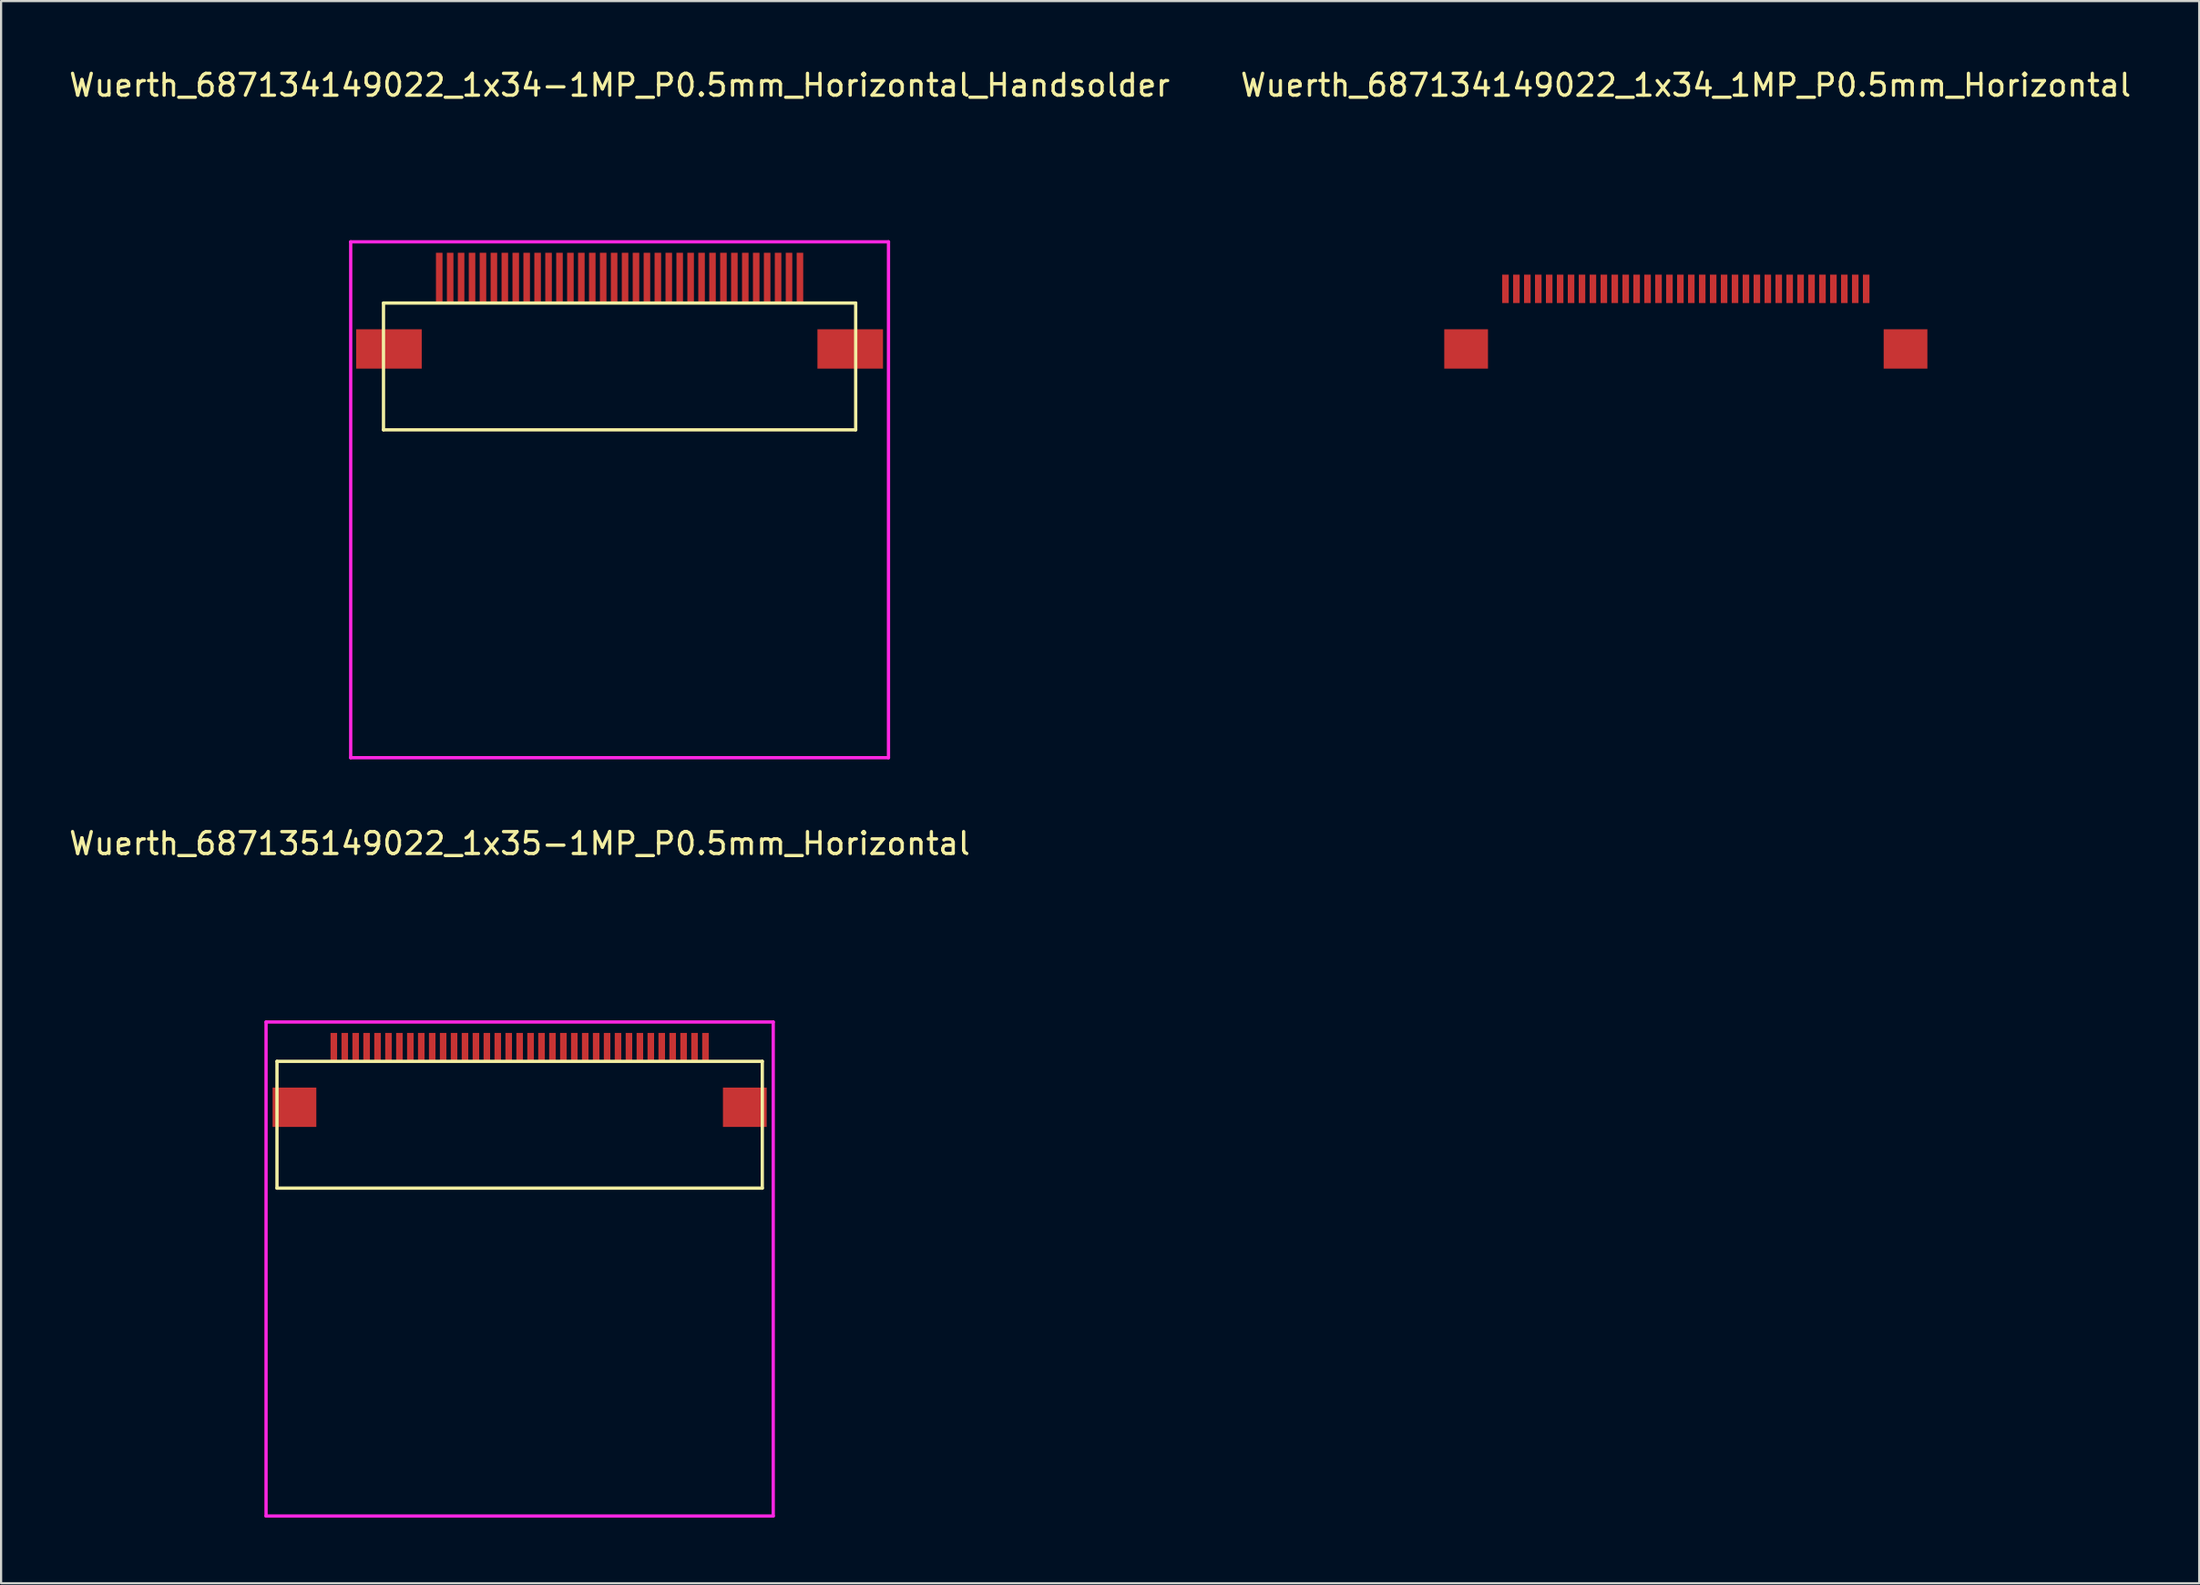
<source format=kicad_pcb>
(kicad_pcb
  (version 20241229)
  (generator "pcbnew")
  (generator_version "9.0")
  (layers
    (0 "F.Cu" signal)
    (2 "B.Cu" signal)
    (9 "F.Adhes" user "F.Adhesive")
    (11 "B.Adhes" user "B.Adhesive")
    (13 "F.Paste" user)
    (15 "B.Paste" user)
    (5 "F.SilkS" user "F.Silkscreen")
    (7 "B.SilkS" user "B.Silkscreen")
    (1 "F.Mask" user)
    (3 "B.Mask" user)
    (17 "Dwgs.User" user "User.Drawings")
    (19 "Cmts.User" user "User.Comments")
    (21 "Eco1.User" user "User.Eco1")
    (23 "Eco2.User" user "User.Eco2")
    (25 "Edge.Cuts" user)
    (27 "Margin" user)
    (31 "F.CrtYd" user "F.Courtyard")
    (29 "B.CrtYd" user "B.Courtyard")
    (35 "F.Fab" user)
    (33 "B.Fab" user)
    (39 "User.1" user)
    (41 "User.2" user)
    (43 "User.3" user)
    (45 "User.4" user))
  (footprint "Wuerth_687135149022_1x35-1MP_P0.5mm_Horizontal"
    (layer "F.Cu")
    (at 20.72 47.602)
    (property "Reference" "Wuerth_687135149022_1x35-1MP_P0.5mm_Horizontal" (at 0 -12.065 0) (layer "F.SilkS") (effects (font (size 1 1) (thickness 0.15))))
    (attr through_hole)
    (fp_line (start -11.1 -2.1) (end 11.1 -2.1) (stroke (width 0.15) (type solid)) (layer "F.SilkS"))
    (fp_line (start -11.1 3.7) (end -11.1 -2.1) (stroke (width 0.15) (type solid)) (layer "F.SilkS"))
    (fp_line (start 11.1 -2.1) (end 11.1 3.7) (stroke (width 0.15) (type solid)) (layer "F.SilkS"))
    (fp_line (start 11.1 3.7) (end -11.1 3.7) (stroke (width 0.15) (type solid)) (layer "F.SilkS"))
    (fp_line (start -11.6 -3.9) (end 11.6 -3.9) (stroke (width 0.15) (type solid)) (layer "F.CrtYd"))
    (fp_line (start -11.6 18.7) (end -11.6 -3.9) (stroke (width 0.15) (type solid)) (layer "F.CrtYd"))
    (fp_line (start 11.6 -3.9) (end 11.6 18.7) (stroke (width 0.15) (type solid)) (layer "F.CrtYd"))
    (fp_line (start 11.6 18.7) (end -11.6 18.7) (stroke (width 0.15) (type solid)) (layer "F.CrtYd"))
    (pad "1" smd rect (at -8.5 -2.75) (size 0.3 1.3) (layers "F.Cu" "F.Mask" "F.Paste"))
    (pad "2" smd rect (at -8 -2.75) (size 0.3 1.3) (layers "F.Cu" "F.Mask" "F.Paste"))
    (pad "3" smd rect (at -7.5 -2.75) (size 0.3 1.3) (layers "F.Cu" "F.Mask" "F.Paste"))
    (pad "4" smd rect (at -7 -2.75) (size 0.3 1.3) (layers "F.Cu" "F.Mask" "F.Paste"))
    (pad "5" smd rect (at -6.5 -2.75) (size 0.3 1.3) (layers "F.Cu" "F.Mask" "F.Paste"))
    (pad "6" smd rect (at -6 -2.75) (size 0.3 1.3) (layers "F.Cu" "F.Mask" "F.Paste"))
    (pad "7" smd rect (at -5.5 -2.75) (size 0.3 1.3) (layers "F.Cu" "F.Mask" "F.Paste"))
    (pad "8" smd rect (at -5 -2.75) (size 0.3 1.3) (layers "F.Cu" "F.Mask" "F.Paste"))
    (pad "9" smd rect (at -4.5 -2.75) (size 0.3 1.3) (layers "F.Cu" "F.Mask" "F.Paste"))
    (pad "10" smd rect (at -4 -2.75) (size 0.3 1.3) (layers "F.Cu" "F.Mask" "F.Paste"))
    (pad "11" smd rect (at -3.5 -2.75) (size 0.3 1.3) (layers "F.Cu" "F.Mask" "F.Paste"))
    (pad "12" smd rect (at -3 -2.75) (size 0.3 1.3) (layers "F.Cu" "F.Mask" "F.Paste"))
    (pad "13" smd rect (at -2.5 -2.75) (size 0.3 1.3) (layers "F.Cu" "F.Mask" "F.Paste"))
    (pad "14" smd rect (at -2 -2.75) (size 0.3 1.3) (layers "F.Cu" "F.Mask" "F.Paste"))
    (pad "15" smd rect (at -1.5 -2.75) (size 0.3 1.3) (layers "F.Cu" "F.Mask" "F.Paste"))
    (pad "16" smd rect (at -1 -2.75) (size 0.3 1.3) (layers "F.Cu" "F.Mask" "F.Paste"))
    (pad "17" smd rect (at -0.5 -2.75) (size 0.3 1.3) (layers "F.Cu" "F.Mask" "F.Paste"))
    (pad "18" smd rect (at 0 -2.75) (size 0.3 1.3) (layers "F.Cu" "F.Mask" "F.Paste"))
    (pad "19" smd rect (at 0.5 -2.75) (size 0.3 1.3) (layers "F.Cu" "F.Mask" "F.Paste"))
    (pad "20" smd rect (at 1 -2.75) (size 0.3 1.3) (layers "F.Cu" "F.Mask" "F.Paste"))
    (pad "21" smd rect (at 1.5 -2.75) (size 0.3 1.3) (layers "F.Cu" "F.Mask" "F.Paste"))
    (pad "22" smd rect (at 2 -2.75) (size 0.3 1.3) (layers "F.Cu" "F.Mask" "F.Paste"))
    (pad "23" smd rect (at 2.5 -2.75) (size 0.3 1.3) (layers "F.Cu" "F.Mask" "F.Paste"))
    (pad "24" smd rect (at 3 -2.75) (size 0.3 1.3) (layers "F.Cu" "F.Mask" "F.Paste"))
    (pad "25" smd rect (at 3.5 -2.75) (size 0.3 1.3) (layers "F.Cu" "F.Mask" "F.Paste"))
    (pad "26" smd rect (at 4 -2.75) (size 0.3 1.3) (layers "F.Cu" "F.Mask" "F.Paste"))
    (pad "27" smd rect (at 4.5 -2.75) (size 0.3 1.3) (layers "F.Cu" "F.Mask" "F.Paste"))
    (pad "28" smd rect (at 5 -2.75) (size 0.3 1.3) (layers "F.Cu" "F.Mask" "F.Paste"))
    (pad "29" smd rect (at 5.5 -2.75) (size 0.3 1.3) (layers "F.Cu" "F.Mask" "F.Paste"))
    (pad "30" smd rect (at 6 -2.75) (size 0.3 1.3) (layers "F.Cu" "F.Mask" "F.Paste"))
    (pad "31" smd rect (at 6.5 -2.75) (size 0.3 1.3) (layers "F.Cu" "F.Mask" "F.Paste"))
    (pad "32" smd rect (at 7 -2.75) (size 0.3 1.3) (layers "F.Cu" "F.Mask" "F.Paste"))
    (pad "33" smd rect (at 7.5 -2.75) (size 0.3 1.3) (layers "F.Cu" "F.Mask" "F.Paste"))
    (pad "34" smd rect (at 8 -2.75) (size 0.3 1.3) (layers "F.Cu" "F.Mask" "F.Paste"))
    (pad "35" smd rect (at 8.5 -2.75) (size 0.3 1.3) (layers "F.Cu" "F.Mask" "F.Paste"))
    (pad "MP" smd rect (at -10.3 0) (size 2 1.8) (layers "F.Cu" "F.Mask" "F.Paste"))
    (pad "MP" smd rect (at 10.3 0) (size 2 1.8) (layers "F.Cu" "F.Mask" "F.Paste")))
  (footprint "Wuerth_687134149022_1x34-1MP_P0.5mm_Horizontal_Handsolder"
    (layer "F.Cu")
    (at 25.292 12.913)
    (property "Reference" "Wuerth_687134149022_1x34-1MP_P0.5mm_Horizontal_Handsolder" (at 0 -12.065 0) (layer "F.SilkS") (effects (font (size 1 1) (thickness 0.15))))
    (attr through_hole)
    (fp_line (start -10.8 -2.1) (end 10.8 -2.1) (stroke (width 0.15) (type solid)) (layer "F.SilkS"))
    (fp_line (start -10.8 3.7) (end -10.8 -2.1) (stroke (width 0.15) (type solid)) (layer "F.SilkS"))
    (fp_line (start 10.8 -2.1) (end 10.8 3.7) (stroke (width 0.15) (type solid)) (layer "F.SilkS"))
    (fp_line (start 10.8 3.7) (end -10.8 3.7) (stroke (width 0.15) (type solid)) (layer "F.SilkS"))
    (fp_line (start -12.3 -4.9) (end 12.3 -4.9) (stroke (width 0.15) (type solid)) (layer "F.CrtYd"))
    (fp_line (start -12.3 18.7) (end -12.3 -4.9) (stroke (width 0.15) (type solid)) (layer "F.CrtYd"))
    (fp_line (start 12.3 -4.9) (end 12.3 18.7) (stroke (width 0.15) (type solid)) (layer "F.CrtYd"))
    (fp_line (start 12.3 18.7) (end -12.3 18.7) (stroke (width 0.15) (type solid)) (layer "F.CrtYd"))
    (pad "1" smd rect (at -8.25 -3.25) (size 0.3 2.3) (layers "F.Cu" "F.Mask"))
    (pad "2" smd rect (at -7.75 -3.25) (size 0.3 2.3) (layers "F.Cu" "F.Mask"))
    (pad "3" smd rect (at -7.25 -3.25) (size 0.3 2.3) (layers "F.Cu" "F.Mask"))
    (pad "4" smd rect (at -6.75 -3.25) (size 0.3 2.3) (layers "F.Cu" "F.Mask"))
    (pad "5" smd rect (at -6.25 -3.25) (size 0.3 2.3) (layers "F.Cu" "F.Mask"))
    (pad "6" smd rect (at -5.75 -3.25) (size 0.3 2.3) (layers "F.Cu" "F.Mask"))
    (pad "7" smd rect (at -5.25 -3.25) (size 0.3 2.3) (layers "F.Cu" "F.Mask"))
    (pad "8" smd rect (at -4.75 -3.25) (size 0.3 2.3) (layers "F.Cu" "F.Mask"))
    (pad "9" smd rect (at -4.25 -3.25) (size 0.3 2.3) (layers "F.Cu" "F.Mask"))
    (pad "10" smd rect (at -3.75 -3.25) (size 0.3 2.3) (layers "F.Cu" "F.Mask"))
    (pad "11" smd rect (at -3.25 -3.25) (size 0.3 2.3) (layers "F.Cu" "F.Mask"))
    (pad "12" smd rect (at -2.75 -3.25) (size 0.3 2.3) (layers "F.Cu" "F.Mask"))
    (pad "13" smd rect (at -2.25 -3.25) (size 0.3 2.3) (layers "F.Cu" "F.Mask"))
    (pad "14" smd rect (at -1.75 -3.25) (size 0.3 2.3) (layers "F.Cu" "F.Mask"))
    (pad "15" smd rect (at -1.25 -3.25) (size 0.3 2.3) (layers "F.Cu" "F.Mask"))
    (pad "16" smd rect (at -0.75 -3.25) (size 0.3 2.3) (layers "F.Cu" "F.Mask"))
    (pad "17" smd rect (at -0.25 -3.25) (size 0.3 2.3) (layers "F.Cu" "F.Mask"))
    (pad "18" smd rect (at 0.25 -3.25) (size 0.3 2.3) (layers "F.Cu" "F.Mask"))
    (pad "19" smd rect (at 0.75 -3.25) (size 0.3 2.3) (layers "F.Cu" "F.Mask"))
    (pad "20" smd rect (at 1.25 -3.25) (size 0.3 2.3) (layers "F.Cu" "F.Mask"))
    (pad "21" smd rect (at 1.75 -3.25) (size 0.3 2.3) (layers "F.Cu" "F.Mask"))
    (pad "22" smd rect (at 2.25 -3.25) (size 0.3 2.3) (layers "F.Cu" "F.Mask"))
    (pad "23" smd rect (at 2.75 -3.25) (size 0.3 2.3) (layers "F.Cu" "F.Mask"))
    (pad "24" smd rect (at 3.25 -3.25) (size 0.3 2.3) (layers "F.Cu" "F.Mask"))
    (pad "25" smd rect (at 3.75 -3.25) (size 0.3 2.3) (layers "F.Cu" "F.Mask"))
    (pad "26" smd rect (at 4.25 -3.25) (size 0.3 2.3) (layers "F.Cu" "F.Mask"))
    (pad "27" smd rect (at 4.75 -3.25) (size 0.3 2.3) (layers "F.Cu" "F.Mask"))
    (pad "28" smd rect (at 5.25 -3.25) (size 0.3 2.3) (layers "F.Cu" "F.Mask"))
    (pad "29" smd rect (at 5.75 -3.25) (size 0.3 2.3) (layers "F.Cu" "F.Mask"))
    (pad "30" smd rect (at 6.25 -3.25) (size 0.3 2.3) (layers "F.Cu" "F.Mask"))
    (pad "31" smd rect (at 6.75 -3.25) (size 0.3 2.3) (layers "F.Cu" "F.Mask"))
    (pad "32" smd rect (at 7.25 -3.25) (size 0.3 2.3) (layers "F.Cu" "F.Mask"))
    (pad "33" smd rect (at 7.75 -3.25) (size 0.3 2.3) (layers "F.Cu" "F.Mask"))
    (pad "34" smd rect (at 8.25 -3.25) (size 0.3 2.3) (layers "F.Cu" "F.Mask"))
    (pad "MP" smd rect (at -10.55 0) (size 3 1.8) (layers "F.Cu" "F.Mask"))
    (pad "MP" smd rect (at 10.55 0) (size 3 1.8) (layers "F.Cu" "F.Mask")))
  (footprint "Wuerth_687134149022_1x34_1MP_P0.5mm_Horizontal"
    (layer "F.Cu")
    (at 74.065 12.913)
    (property "Reference" "Wuerth_687134149022_1x34_1MP_P0.5mm_Horizontal" (at 0 -12.065 0) (layer "F.SilkS") (effects (font (size 1 1) (thickness 0.15))))
    (attr through_hole)
    (pad "1" smd rect (at -8.25 -2.75) (size 0.3 1.3) (layers "F.Cu" "F.Mask"))
    (pad "2" smd rect (at -7.75 -2.75) (size 0.3 1.3) (layers "F.Cu" "F.Mask"))
    (pad "3" smd rect (at -7.25 -2.75) (size 0.3 1.3) (layers "F.Cu" "F.Mask"))
    (pad "4" smd rect (at -6.75 -2.75) (size 0.3 1.3) (layers "F.Cu" "F.Mask"))
    (pad "5" smd rect (at -6.25 -2.75) (size 0.3 1.3) (layers "F.Cu" "F.Mask"))
    (pad "6" smd rect (at -5.75 -2.75) (size 0.3 1.3) (layers "F.Cu" "F.Mask"))
    (pad "7" smd rect (at -5.25 -2.75) (size 0.3 1.3) (layers "F.Cu" "F.Mask"))
    (pad "8" smd rect (at -4.75 -2.75) (size 0.3 1.3) (layers "F.Cu" "F.Mask"))
    (pad "9" smd rect (at -4.25 -2.75) (size 0.3 1.3) (layers "F.Cu" "F.Mask"))
    (pad "10" smd rect (at -3.75 -2.75) (size 0.3 1.3) (layers "F.Cu" "F.Mask"))
    (pad "11" smd rect (at -3.25 -2.75) (size 0.3 1.3) (layers "F.Cu" "F.Mask"))
    (pad "12" smd rect (at -2.75 -2.75) (size 0.3 1.3) (layers "F.Cu" "F.Mask"))
    (pad "13" smd rect (at -2.25 -2.75) (size 0.3 1.3) (layers "F.Cu" "F.Mask"))
    (pad "14" smd rect (at -1.75 -2.75) (size 0.3 1.3) (layers "F.Cu" "F.Mask"))
    (pad "15" smd rect (at -1.25 -2.75) (size 0.3 1.3) (layers "F.Cu" "F.Mask"))
    (pad "16" smd rect (at -0.75 -2.75) (size 0.3 1.3) (layers "F.Cu" "F.Mask"))
    (pad "17" smd rect (at -0.25 -2.75) (size 0.3 1.3) (layers "F.Cu" "F.Mask"))
    (pad "18" smd rect (at 0.25 -2.75) (size 0.3 1.3) (layers "F.Cu" "F.Mask"))
    (pad "19" smd rect (at 0.75 -2.75) (size 0.3 1.3) (layers "F.Cu" "F.Mask"))
    (pad "20" smd rect (at 1.25 -2.75) (size 0.3 1.3) (layers "F.Cu" "F.Mask"))
    (pad "21" smd rect (at 1.75 -2.75) (size 0.3 1.3) (layers "F.Cu" "F.Mask"))
    (pad "22" smd rect (at 2.25 -2.75) (size 0.3 1.3) (layers "F.Cu" "F.Mask"))
    (pad "23" smd rect (at 2.75 -2.75) (size 0.3 1.3) (layers "F.Cu" "F.Mask"))
    (pad "24" smd rect (at 3.25 -2.75) (size 0.3 1.3) (layers "F.Cu" "F.Mask"))
    (pad "25" smd rect (at 3.75 -2.75) (size 0.3 1.3) (layers "F.Cu" "F.Mask"))
    (pad "26" smd rect (at 4.25 -2.75) (size 0.3 1.3) (layers "F.Cu" "F.Mask"))
    (pad "27" smd rect (at 4.75 -2.75) (size 0.3 1.3) (layers "F.Cu" "F.Mask"))
    (pad "28" smd rect (at 5.25 -2.75) (size 0.3 1.3) (layers "F.Cu" "F.Mask"))
    (pad "29" smd rect (at 5.75 -2.75) (size 0.3 1.3) (layers "F.Cu" "F.Mask"))
    (pad "30" smd rect (at 6.25 -2.75) (size 0.3 1.3) (layers "F.Cu" "F.Mask"))
    (pad "31" smd rect (at 6.75 -2.75) (size 0.3 1.3) (layers "F.Cu" "F.Mask"))
    (pad "32" smd rect (at 7.25 -2.75) (size 0.3 1.3) (layers "F.Cu" "F.Mask"))
    (pad "33" smd rect (at 7.75 -2.75) (size 0.3 1.3) (layers "F.Cu" "F.Mask"))
    (pad "34" smd rect (at 8.25 -2.75) (size 0.3 1.3) (layers "F.Cu" "F.Mask"))
    (pad "MP" smd rect (at -10.05 0) (size 2 1.8) (layers "F.Cu" "F.Mask"))
    (pad "MP" smd rect (at 10.05 0) (size 2 1.8) (layers "F.Cu" "F.Mask")))
  (gr_rect
    (start -3 -3)
    (end 97.548 69.376)
    (stroke (width 0.1) (type default))
    (fill no)
    (layer "Edge.Cuts")))
</source>
